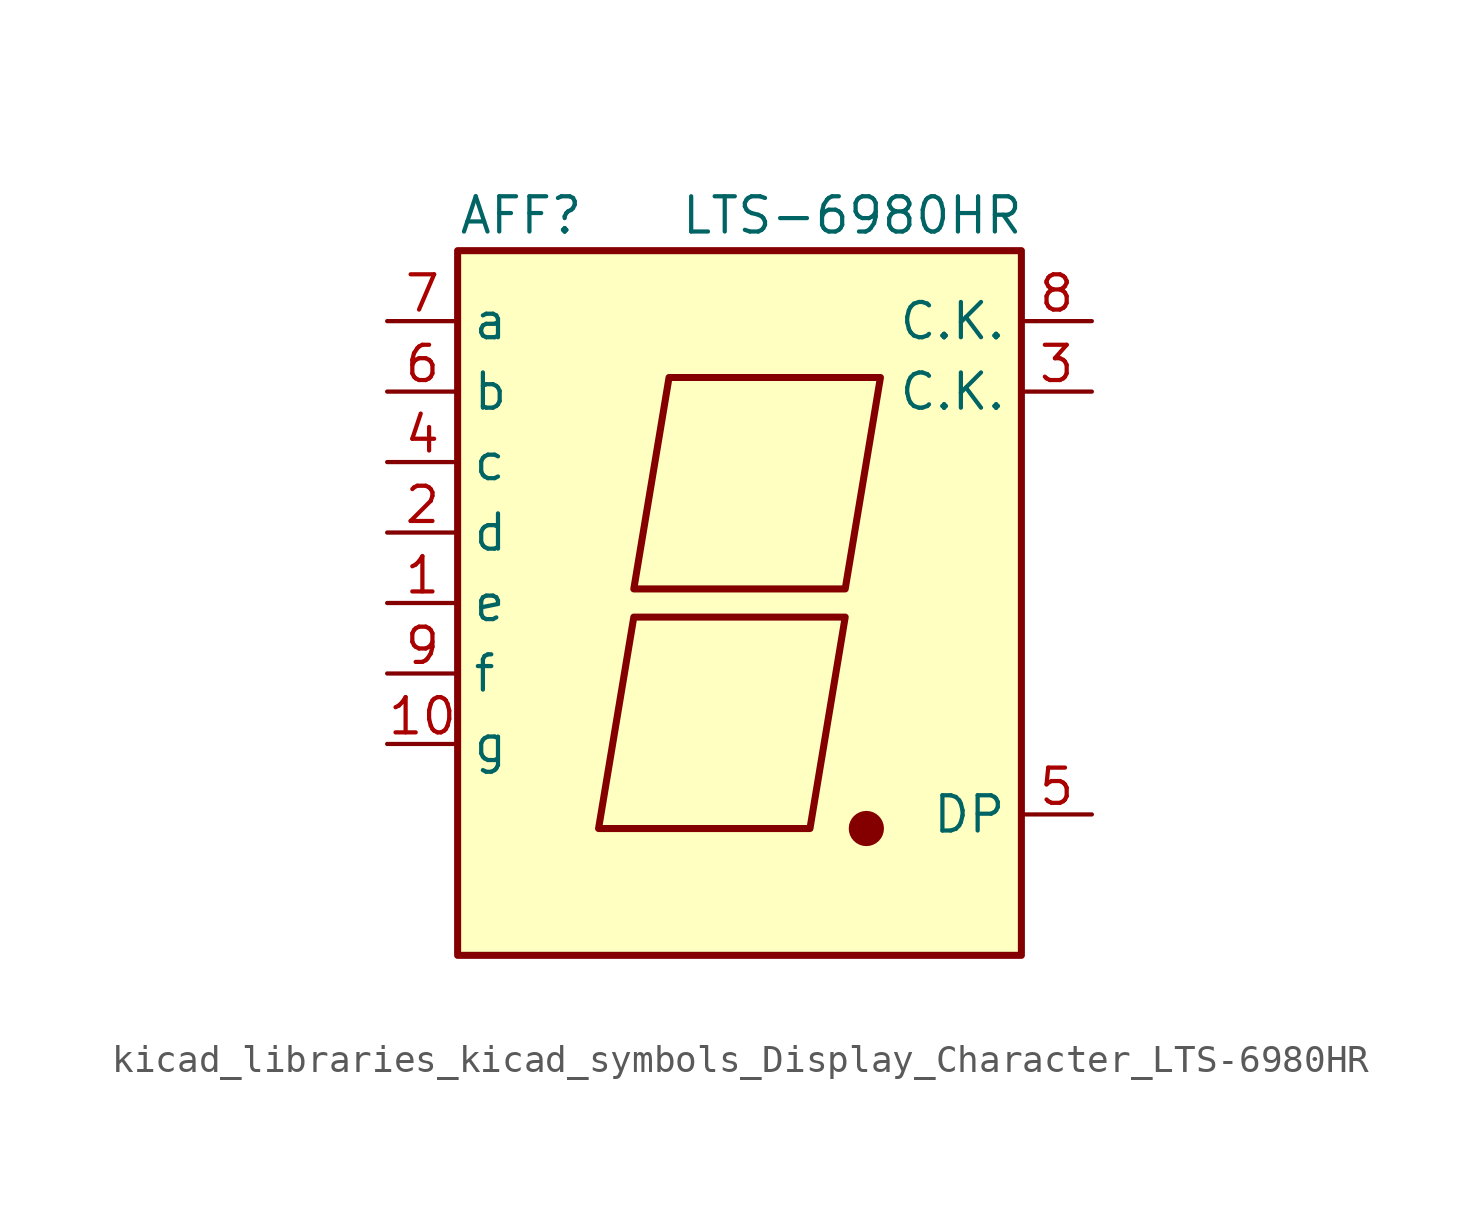
<source format=kicad_sym>
(kicad_symbol_lib
  (version 20220914)
  (generator kicad_symbol_editor)
  (symbol "kicad_libraries_kicad_symbols_Display_Character_LTS-6980HR"
    (property "Reference" "AFF"
      (at -7.874 13.97 0)
      (effects (font (size 1.27 1.27))))
    (property "Value" "LTS-6980HR"
      (at 4.064 13.97 0)
      (effects (font (size 1.27 1.27))))
    (symbol "kicad_libraries_kicad_symbols_Display_Character_LTS-6980HR_0_1"
      (rectangle (start -10.16 12.7) (end 10.16 -12.7) (stroke (width 0.254) (type default)) (fill (type background)))
      (polyline (pts (xy -3.81 -0.508) (xy 3.81 -0.508) (xy 2.54 -8.128) (xy -5.08 -8.128) (xy -3.81 -0.508) (xy -3.81 -0.508)) (stroke (width 0.254) (type default)) (fill (type none)))
      (polyline (pts (xy -2.54 8.128) (xy 5.08 8.128) (xy 3.81 0.508) (xy -3.81 0.508) (xy -2.54 8.128) (xy -2.54 8.128)) (stroke (width 0.254) (type default)) (fill (type none)))
      (circle (center 4.572 -8.128) (radius 0.508) (stroke (width 0.254) (type default)) (fill (type outline))))
    (symbol "kicad_libraries_kicad_symbols_Display_Character_LTS-6980HR_1_1"
      (pin passive line (at -12.7 0 0) (length 2.54) (name "e" (effects (font (size 1.27 1.27)))) (number "1" (effects (font (size 1.27 1.27)))))
      (pin passive line (at -12.7 -5.08 0) (length 2.54) (name "g" (effects (font (size 1.27 1.27)))) (number "10" (effects (font (size 1.27 1.27)))))
      (pin passive line (at -12.7 2.54 0) (length 2.54) (name "d" (effects (font (size 1.27 1.27)))) (number "2" (effects (font (size 1.27 1.27)))))
      (pin passive line (at 12.7 7.62 180) (length 2.54) (name "C.K." (effects (font (size 1.27 1.27)))) (number "3" (effects (font (size 1.27 1.27)))))
      (pin passive line (at -12.7 5.08 0) (length 2.54) (name "c" (effects (font (size 1.27 1.27)))) (number "4" (effects (font (size 1.27 1.27)))))
      (pin passive line (at 12.7 -7.62 180) (length 2.54) (name "DP" (effects (font (size 1.27 1.27)))) (number "5" (effects (font (size 1.27 1.27)))))
      (pin passive line (at -12.7 7.62 0) (length 2.54) (name "b" (effects (font (size 1.27 1.27)))) (number "6" (effects (font (size 1.27 1.27)))))
      (pin passive line (at -12.7 10.16 0) (length 2.54) (name "a" (effects (font (size 1.27 1.27)))) (number "7" (effects (font (size 1.27 1.27)))))
      (pin passive line (at 12.7 10.16 180) (length 2.54) (name "C.K." (effects (font (size 1.27 1.27)))) (number "8" (effects (font (size 1.27 1.27)))))
      (pin passive line (at -12.7 -2.54 0) (length 2.54) (name "f" (effects (font (size 1.27 1.27)))) (number "9" (effects (font (size 1.27 1.27))))))))
</source>
